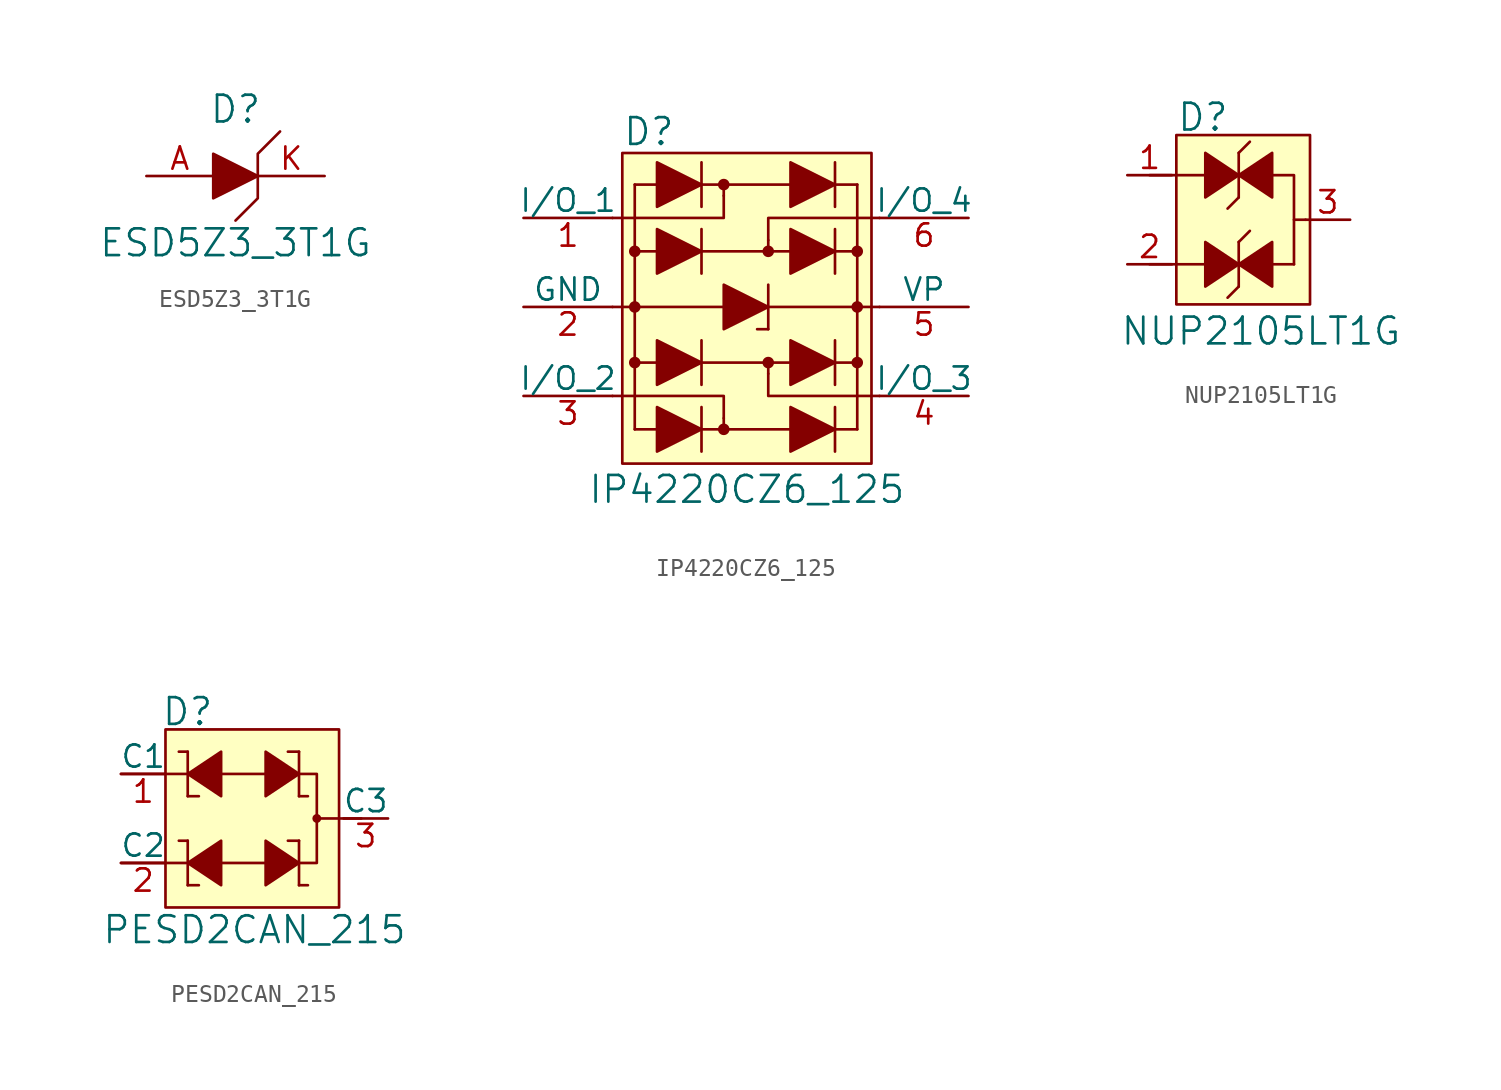
<source format=kicad_sym>
(kicad_symbol_lib
  (version 20220914)
  (generator kicad_symbol_editor)
  (symbol "ESD5Z3_3T1G"
    (pin_names
      (offset 1.016))
    (property "Reference" "D"
      (at 0 3.81 0)
      (effects (font (size 1.524 1.524))))
    (property "Value" "ESD5Z3_3T1G"
      (at 0 -3.81 0)
      (effects (font (size 1.524 1.524))))
    (symbol "ESD5Z3_3T1G_0_1"
      (polyline (pts (xy -1.27 1.27) (xy -1.27 -1.27) (xy 1.27 0) (xy -1.27 1.27)) (stroke (width 0) (type default)) (fill (type outline)))
      (polyline (pts (xy 2.54 2.54) (xy 1.27 1.27) (xy 1.27 -1.27) (xy 0 -2.54)) (stroke (width 0) (type default)) (fill (type none))))
    (symbol "ESD5Z3_3T1G_1_1"
      (pin bidirectional line (at -5.08 0 0) (length 3.81) (name "~" (effects (font (size 1.27 1.27)))) (number "A" (effects (font (size 1.27 1.27)))))
      (pin bidirectional line (at 5.08 0 180) (length 3.81) (name "~" (effects (font (size 1.27 1.27)))) (number "K" (effects (font (size 1.27 1.27)))))))
  (symbol "IP4220CZ6_125"
    (pin_names
      (offset 0))
    (property "Reference" "D"
      (at -7.061 7.468 0)
      (effects (font (size 1.524 1.524)) (justify left)))
    (property "Value" "IP4220CZ6_125"
      (at 0.051 -12.954 0)
      (effects (font (size 1.524 1.524))))
    (symbol "IP4220CZ6_125_0_1"
      (rectangle (start -7.061 6.248) (end 7.163 -11.481) (stroke (width 0) (type default)) (fill (type background)))
      (circle (center -6.35 -5.715) (radius 0.254) (stroke (width 0) (type default)) (fill (type outline)))
      (circle (center -6.35 -2.54) (radius 0.254) (stroke (width 0) (type default)) (fill (type outline)))
      (circle (center -6.35 0.635) (radius 0.254) (stroke (width 0) (type default)) (fill (type outline)))
      (circle (center -1.27 -9.525) (radius 0.254) (stroke (width 0) (type default)) (fill (type outline)))
      (circle (center -1.27 4.445) (radius 0.254) (stroke (width 0) (type default)) (fill (type outline)))
      (polyline (pts (xy -6.35 -9.525) (xy -6.35 4.445)) (stroke (width 0) (type default)) (fill (type none)))
      (polyline (pts (xy -6.35 -9.525) (xy 6.35 -9.525)) (stroke (width 0) (type default)) (fill (type none)))
      (polyline (pts (xy -6.35 0.635) (xy 6.35 0.635)) (stroke (width 0) (type default)) (fill (type none)))
      (polyline (pts (xy -6.35 4.445) (xy 6.35 4.445)) (stroke (width 0) (type default)) (fill (type none)))
      (polyline (pts (xy -2.54 -8.255) (xy -2.54 -10.795)) (stroke (width 0) (type default)) (fill (type none)))
      (polyline (pts (xy -2.54 -4.445) (xy -2.54 -6.985)) (stroke (width 0) (type default)) (fill (type none)))
      (polyline (pts (xy -2.54 1.905) (xy -2.54 -0.635)) (stroke (width 0) (type default)) (fill (type none)))
      (polyline (pts (xy -2.54 5.715) (xy -2.54 3.175)) (stroke (width 0) (type default)) (fill (type none)))
      (polyline (pts (xy -1.27 -8.89) (xy -1.27 -9.525)) (stroke (width 0) (type default)) (fill (type none)))
      (polyline (pts (xy -1.27 -2.54) (xy -7.62 -2.54)) (stroke (width 0) (type default)) (fill (type none)))
      (polyline (pts (xy -1.27 -2.54) (xy 1.27 -2.54)) (stroke (width 0) (type default)) (fill (type none)))
      (polyline (pts (xy -1.27 3.81) (xy -1.27 4.445)) (stroke (width 0) (type default)) (fill (type none)))
      (polyline (pts (xy 1.27 -5.715) (xy 1.27 -6.35)) (stroke (width 0) (type default)) (fill (type none)))
      (polyline (pts (xy 1.27 -3.81) (xy 0.635 -3.81)) (stroke (width 0) (type default)) (fill (type none)))
      (polyline (pts (xy 1.27 -2.54) (xy 7.62 -2.54)) (stroke (width 0) (type default)) (fill (type none)))
      (polyline (pts (xy 1.27 -1.27) (xy 1.27 -3.81)) (stroke (width 0) (type default)) (fill (type none)))
      (polyline (pts (xy 1.27 0.635) (xy 1.27 1.27)) (stroke (width 0) (type default)) (fill (type none)))
      (polyline (pts (xy 5.08 -8.255) (xy 5.08 -10.795)) (stroke (width 0) (type default)) (fill (type none)))
      (polyline (pts (xy 5.08 -4.445) (xy 5.08 -6.985)) (stroke (width 0) (type default)) (fill (type none)))
      (polyline (pts (xy 5.08 1.905) (xy 5.08 -0.635)) (stroke (width 0) (type default)) (fill (type none)))
      (polyline (pts (xy 5.08 5.715) (xy 5.08 3.175)) (stroke (width 0) (type default)) (fill (type none)))
      (polyline (pts (xy 6.35 -5.715) (xy -6.35 -5.715)) (stroke (width 0) (type default)) (fill (type none)))
      (polyline (pts (xy 6.35 4.445) (xy 6.35 -9.525)) (stroke (width 0) (type default)) (fill (type none)))
      (polyline (pts (xy -1.27 -8.89) (xy -1.27 -7.62) (xy -7.62 -7.62)) (stroke (width 0) (type default)) (fill (type none)))
      (polyline (pts (xy -1.27 3.81) (xy -1.27 2.54) (xy -7.62 2.54)) (stroke (width 0) (type default)) (fill (type none)))
      (polyline (pts (xy 1.27 1.27) (xy 1.27 2.54) (xy 7.62 2.54)) (stroke (width 0) (type default)) (fill (type none)))
      (polyline (pts (xy 7.62 -7.62) (xy 1.27 -7.62) (xy 1.27 -6.35)) (stroke (width 0) (type default)) (fill (type none)))
      (polyline (pts (xy -5.08 -8.255) (xy -5.08 -10.795) (xy -2.54 -9.525) (xy -5.08 -8.255)) (stroke (width 0) (type default)) (fill (type outline)))
      (polyline (pts (xy -5.08 -4.445) (xy -5.08 -6.985) (xy -2.54 -5.715) (xy -5.08 -4.445)) (stroke (width 0) (type default)) (fill (type outline)))
      (polyline (pts (xy -5.08 1.905) (xy -5.08 -0.635) (xy -2.54 0.635) (xy -5.08 1.905)) (stroke (width 0) (type default)) (fill (type outline)))
      (polyline (pts (xy -5.08 5.715) (xy -5.08 3.175) (xy -2.54 4.445) (xy -5.08 5.715)) (stroke (width 0) (type default)) (fill (type outline)))
      (polyline (pts (xy -1.27 -1.27) (xy -1.27 -3.81) (xy 1.27 -2.54) (xy -1.27 -1.27)) (stroke (width 0) (type default)) (fill (type outline)))
      (polyline (pts (xy 2.54 -8.255) (xy 2.54 -10.795) (xy 5.08 -9.525) (xy 2.54 -8.255)) (stroke (width 0) (type default)) (fill (type outline)))
      (polyline (pts (xy 2.54 1.905) (xy 2.54 -0.635) (xy 5.08 0.635) (xy 2.54 1.905)) (stroke (width 0) (type default)) (fill (type outline)))
      (polyline (pts (xy 5.08 -5.715) (xy 2.54 -4.445) (xy 2.54 -6.985) (xy 5.08 -5.715)) (stroke (width 0) (type default)) (fill (type outline)))
      (polyline (pts (xy 5.08 4.445) (xy 2.54 5.715) (xy 2.54 3.175) (xy 5.08 4.445)) (stroke (width 0) (type default)) (fill (type outline)))
      (circle (center 1.27 -5.715) (radius 0.254) (stroke (width 0) (type default)) (fill (type outline)))
      (circle (center 1.27 0.635) (radius 0.254) (stroke (width 0) (type default)) (fill (type outline)))
      (circle (center 6.35 -5.715) (radius 0.254) (stroke (width 0) (type default)) (fill (type outline)))
      (circle (center 6.35 -2.54) (radius 0.254) (stroke (width 0) (type default)) (fill (type outline)))
      (circle (center 6.35 0.635) (radius 0.254) (stroke (width 0) (type default)) (fill (type outline))))
    (symbol "IP4220CZ6_125_1_1"
      (pin passive line (at -12.7 2.54 0) (length 5.08) (name "I/O_1" (effects (font (size 1.27 1.27)))) (number "1" (effects (font (size 1.27 1.27)))))
      (pin power_in line (at -12.7 -2.54 0) (length 5.08) (name "GND" (effects (font (size 1.27 1.27)))) (number "2" (effects (font (size 1.27 1.27)))))
      (pin passive line (at -12.7 -7.62 0) (length 5.08) (name "I/O_2" (effects (font (size 1.27 1.27)))) (number "3" (effects (font (size 1.27 1.27)))))
      (pin passive line (at 12.7 -7.62 180) (length 5.08) (name "I/O_3" (effects (font (size 1.27 1.27)))) (number "4" (effects (font (size 1.27 1.27)))))
      (pin power_in line (at 12.7 -2.54 180) (length 5.08) (name "VP" (effects (font (size 1.27 1.27)))) (number "5" (effects (font (size 1.27 1.27)))))
      (pin passive line (at 12.7 2.54 180) (length 5.08) (name "I/O_4" (effects (font (size 1.27 1.27)))) (number "6" (effects (font (size 1.27 1.27)))))))
  (symbol "NUP2105LT1G"
    (pin_names
      (offset 1.016))
    (property "Reference" "D"
      (at -4.826 5.842 0)
      (effects (font (size 1.524 1.524)) (justify left)))
    (property "Value" "NUP2105LT1G"
      (at 0 -6.35 0)
      (effects (font (size 1.524 1.524))))
    (symbol "NUP2105LT1G_0_1"
      (polyline (pts (xy -6.35 -2.54) (xy -3.175 -2.54)) (stroke (width 0) (type default)) (fill (type none)))
      (polyline (pts (xy -3.175 2.54) (xy -6.35 2.54)) (stroke (width 0) (type default)) (fill (type none)))
      (polyline (pts (xy -1.27 -3.81) (xy -1.905 -4.445)) (stroke (width 0) (type default)) (fill (type none)))
      (polyline (pts (xy -1.27 -1.27) (xy -1.27 -3.81)) (stroke (width 0) (type default)) (fill (type none)))
      (polyline (pts (xy -1.27 -1.27) (xy -0.635 -0.635)) (stroke (width 0) (type default)) (fill (type none)))
      (polyline (pts (xy -1.27 1.27) (xy -1.905 0.635)) (stroke (width 0) (type default)) (fill (type none)))
      (polyline (pts (xy -1.27 3.81) (xy -1.27 1.27)) (stroke (width 0) (type default)) (fill (type none)))
      (polyline (pts (xy -1.27 3.81) (xy -0.635 4.445)) (stroke (width 0) (type default)) (fill (type none)))
      (polyline (pts (xy -3.175 -1.27) (xy -3.175 -3.81) (xy -1.27 -2.54) (xy -3.175 -1.27)) (stroke (width 0) (type default)) (fill (type outline)))
      (polyline (pts (xy -3.175 3.81) (xy -3.175 1.27) (xy -1.27 2.54) (xy -3.175 3.81)) (stroke (width 0) (type default)) (fill (type outline)))
      (polyline (pts (xy 0.635 -1.27) (xy 0.635 -3.81) (xy -1.27 -2.54) (xy 0.635 -1.27)) (stroke (width 0) (type default)) (fill (type outline)))
      (polyline (pts (xy 0.635 3.81) (xy 0.635 1.27) (xy -1.27 2.54) (xy 0.635 3.81)) (stroke (width 0) (type default)) (fill (type outline))))
    (symbol "NUP2105LT1G_1_1"
      (rectangle (start -4.826 4.826) (end 2.794 -4.826) (stroke (width 0) (type default)) (fill (type background)))
      (polyline (pts (xy 1.88 -2.54) (xy 0.406 -2.54)) (stroke (width 0) (type default)) (fill (type none)))
      (polyline (pts (xy 2.54 0) (xy 1.88 0)) (stroke (width 0) (type default)) (fill (type none)))
      (polyline (pts (xy -1.27 2.54) (xy 1.88 2.54) (xy 1.88 -2.54)) (stroke (width 0) (type default)) (fill (type none)))
      (pin passive line (at -7.62 2.54 0) (length 2.54) (name "~" (effects (font (size 1.27 1.27)))) (number "1" (effects (font (size 1.27 1.27)))))
      (pin passive line (at -7.62 -2.54 0) (length 2.54) (name "~" (effects (font (size 1.27 1.27)))) (number "2" (effects (font (size 1.27 1.27)))))
      (pin passive line (at 5.08 0 180) (length 2.54) (name "~" (effects (font (size 1.27 1.27)))) (number "3" (effects (font (size 1.27 1.27)))))))
  (symbol "PESD2CAN_215"
    (pin_names
      (offset 0))
    (property "Reference" "D"
      (at -5.334 6.096 0)
      (effects (font (size 1.524 1.524)) (justify left)))
    (property "Value" "PESD2CAN_215"
      (at 0 -6.35 0)
      (effects (font (size 1.524 1.524))))
    (symbol "PESD2CAN_215_0_1"
      (rectangle (start -5.08 5.08) (end 4.826 -5.08) (stroke (width 0) (type default)) (fill (type background)))
      (polyline (pts (xy -3.81 -3.81) (xy -3.175 -3.81)) (stroke (width 0) (type default)) (fill (type none)))
      (polyline (pts (xy -3.81 -2.54) (xy -7.62 -2.54)) (stroke (width 0) (type default)) (fill (type none)))
      (polyline (pts (xy -3.81 -1.27) (xy -4.318 -1.27)) (stroke (width 0) (type default)) (fill (type none)))
      (polyline (pts (xy -3.81 -1.27) (xy -3.81 -3.81)) (stroke (width 0) (type default)) (fill (type none)))
      (polyline (pts (xy -3.81 1.27) (xy -3.175 1.27)) (stroke (width 0) (type default)) (fill (type none)))
      (polyline (pts (xy -3.81 2.54) (xy -7.62 2.54)) (stroke (width 0) (type default)) (fill (type none)))
      (polyline (pts (xy -3.81 3.81) (xy -4.318 3.81)) (stroke (width 0) (type default)) (fill (type none)))
      (polyline (pts (xy -3.81 3.81) (xy -3.81 1.27)) (stroke (width 0) (type default)) (fill (type none)))
      (polyline (pts (xy 0.635 -2.54) (xy -1.905 -2.54)) (stroke (width 0) (type default)) (fill (type none)))
      (polyline (pts (xy 0.635 2.54) (xy -1.905 2.54)) (stroke (width 0) (type default)) (fill (type none)))
      (polyline (pts (xy 0.635 2.54) (xy 0.635 2.54)) (stroke (width 0) (type default)) (fill (type none)))
      (polyline (pts (xy 2.54 -3.81) (xy 3.048 -3.81)) (stroke (width 0) (type default)) (fill (type none)))
      (polyline (pts (xy 2.54 -1.27) (xy 1.905 -1.27)) (stroke (width 0) (type default)) (fill (type none)))
      (polyline (pts (xy 2.54 -1.27) (xy 2.54 -3.81)) (stroke (width 0) (type default)) (fill (type none)))
      (polyline (pts (xy 2.54 1.27) (xy 3.048 1.27)) (stroke (width 0) (type default)) (fill (type none)))
      (polyline (pts (xy 2.54 3.81) (xy 1.905 3.81)) (stroke (width 0) (type default)) (fill (type none)))
      (polyline (pts (xy 2.54 3.81) (xy 2.54 1.27)) (stroke (width 0) (type default)) (fill (type none)))
      (polyline (pts (xy 3.556 0) (xy 6.096 0)) (stroke (width 0) (type default)) (fill (type none)))
      (polyline (pts (xy -1.905 -1.27) (xy -1.905 -3.81) (xy -3.81 -2.54) (xy -1.905 -1.27)) (stroke (width 0) (type default)) (fill (type outline)))
      (polyline (pts (xy -1.905 1.27) (xy -1.905 3.81) (xy -3.81 2.54) (xy -1.905 1.27)) (stroke (width 0) (type default)) (fill (type outline)))
      (polyline (pts (xy 0.635 -1.27) (xy 0.635 -3.81) (xy 2.54 -2.54) (xy 0.635 -1.27)) (stroke (width 0) (type default)) (fill (type outline)))
      (polyline (pts (xy 0.635 3.81) (xy 0.635 1.27) (xy 2.54 2.54) (xy 0.635 3.81)) (stroke (width 0) (type default)) (fill (type outline)))
      (polyline (pts (xy 1.016 2.54) (xy 3.556 2.54) (xy 3.556 -2.54) (xy 1.016 -2.54)) (stroke (width 0) (type default)) (fill (type none)))
      (circle (center 3.556 0) (radius 0.178) (stroke (width 0) (type default)) (fill (type outline))))
    (symbol "PESD2CAN_215_1_1"
      (pin bidirectional line (at -7.62 2.54 0) (length 2.54) (name "C1" (effects (font (size 1.27 1.27)))) (number "1" (effects (font (size 1.27 1.27)))))
      (pin bidirectional line (at -7.62 -2.54 0) (length 2.54) (name "C2" (effects (font (size 1.27 1.27)))) (number "2" (effects (font (size 1.27 1.27)))))
      (pin bidirectional line (at 7.62 0 180) (length 2.54) (name "C3" (effects (font (size 1.27 1.27)))) (number "3" (effects (font (size 1.27 1.27))))))))
</source>
